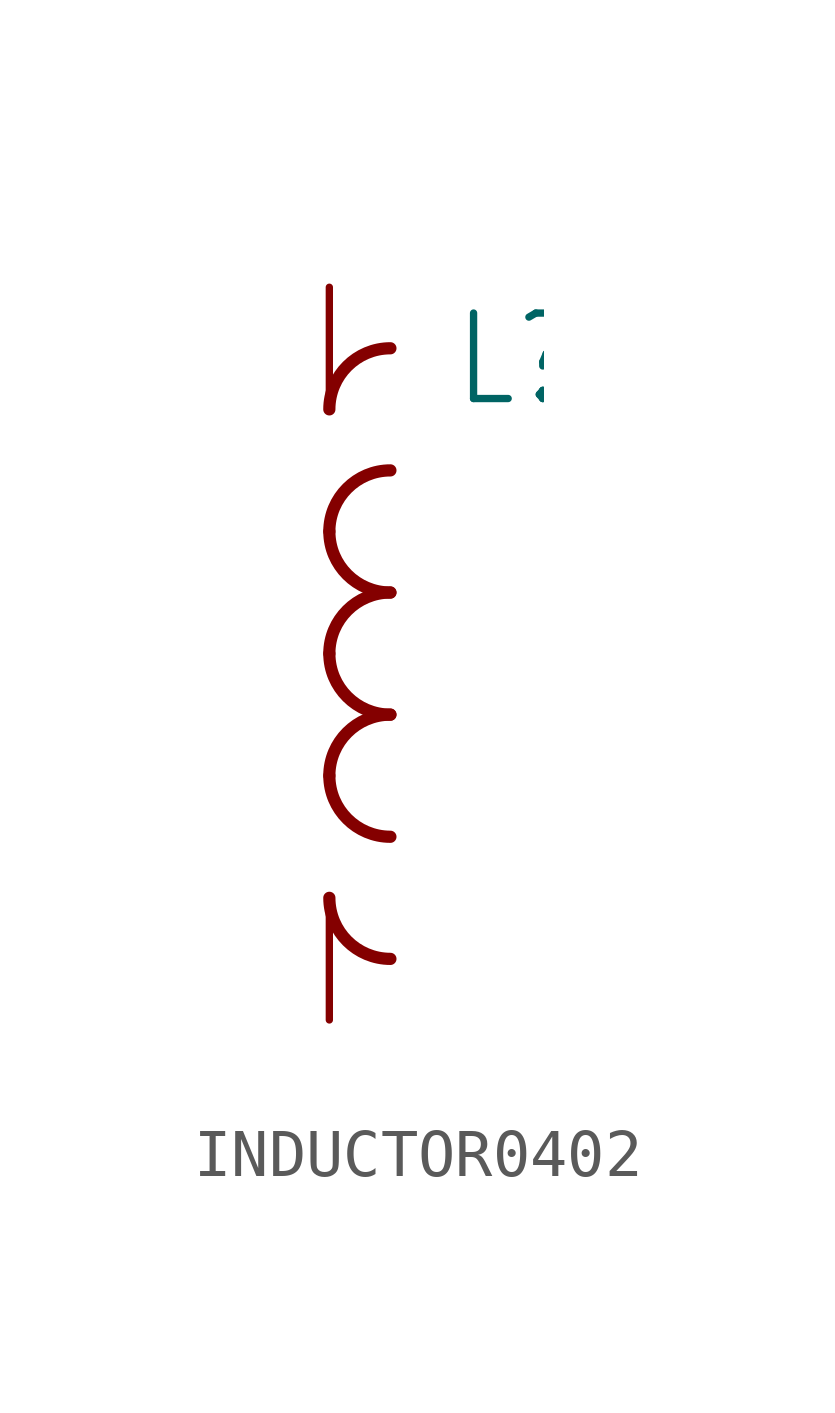
<source format=kicad_sym>
(kicad_symbol_lib
  (version 20241209)
  (generator "kicad_symbol_editor")
  (generator_version "9.0")
  (symbol "INDUCTOR0402"
    (property "Reference" "L"
      (at 2.54 5.08 0)
      (effects (font (size 1.778 1.511)) (justify left bottom)))
    (property "Value" ""
      (at 2.54 -5.08 0)
      (effects (font (size 1.778 1.511)) (justify left bottom)))
    (property "ki_locked" ""
      (at 0 0 0)
      (effects (font (size 1.27 1.27))))
    (symbol "INDUCTOR0402_1_0"
      (arc (start 0 5.08) (mid 0.372 5.978) (end 1.27 6.35) (stroke (width 0.254) (type solid)) (fill (type none)))
      (arc (start 0 2.54) (mid 0.372 3.438) (end 1.27 3.81) (stroke (width 0.254) (type solid)) (fill (type none)))
      (arc (start 1.27 1.27) (mid 0.372 1.642) (end 0 2.54) (stroke (width 0.254) (type solid)) (fill (type none)))
      (arc (start 0 0) (mid 0.372 0.898) (end 1.27 1.27) (stroke (width 0.254) (type solid)) (fill (type none)))
      (arc (start 1.27 -1.27) (mid 0.372 -0.898) (end 0 0) (stroke (width 0.254) (type solid)) (fill (type none)))
      (arc (start 0 -2.54) (mid 0.372 -1.642) (end 1.27 -1.27) (stroke (width 0.254) (type solid)) (fill (type none)))
      (arc (start 1.27 -3.81) (mid 0.372 -3.438) (end 0 -2.54) (stroke (width 0.254) (type solid)) (fill (type none)))
      (arc (start 1.27 -6.35) (mid 0.372 -5.978) (end 0 -5.08) (stroke (width 0.254) (type solid)) (fill (type none)))
      (pin passive line (at 0 7.62 270) (length 2.54) (name "1" (effects (font (size 0 0)))) (number "1" (effects (font (size 0 0)))))
      (pin passive line (at 0 -7.62 90) (length 2.54) (name "2" (effects (font (size 0 0)))) (number "2" (effects (font (size 0 0))))))))
</source>
